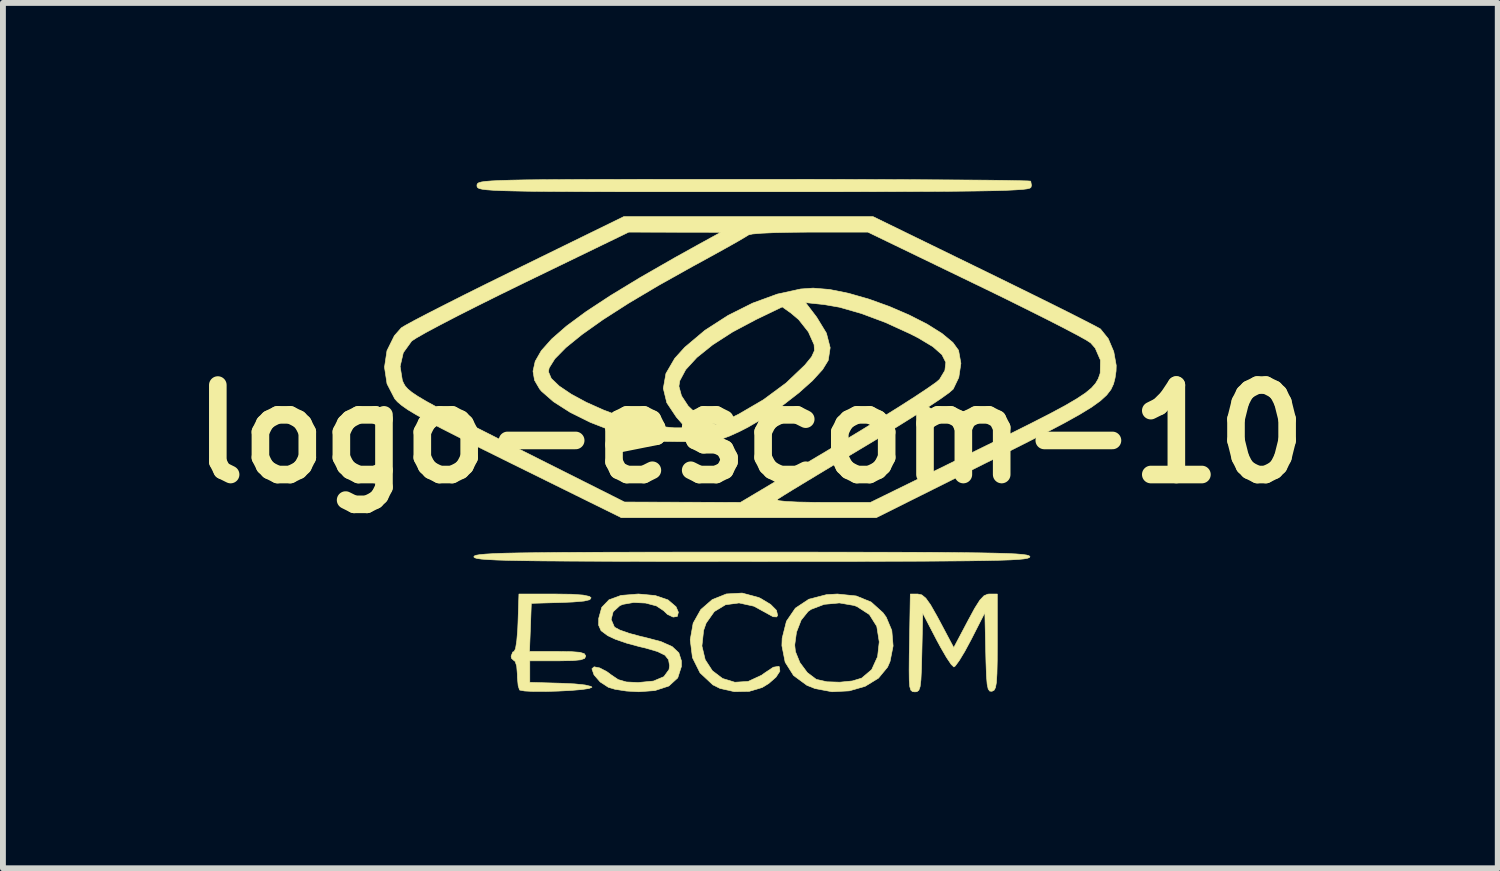
<source format=kicad_pcb>
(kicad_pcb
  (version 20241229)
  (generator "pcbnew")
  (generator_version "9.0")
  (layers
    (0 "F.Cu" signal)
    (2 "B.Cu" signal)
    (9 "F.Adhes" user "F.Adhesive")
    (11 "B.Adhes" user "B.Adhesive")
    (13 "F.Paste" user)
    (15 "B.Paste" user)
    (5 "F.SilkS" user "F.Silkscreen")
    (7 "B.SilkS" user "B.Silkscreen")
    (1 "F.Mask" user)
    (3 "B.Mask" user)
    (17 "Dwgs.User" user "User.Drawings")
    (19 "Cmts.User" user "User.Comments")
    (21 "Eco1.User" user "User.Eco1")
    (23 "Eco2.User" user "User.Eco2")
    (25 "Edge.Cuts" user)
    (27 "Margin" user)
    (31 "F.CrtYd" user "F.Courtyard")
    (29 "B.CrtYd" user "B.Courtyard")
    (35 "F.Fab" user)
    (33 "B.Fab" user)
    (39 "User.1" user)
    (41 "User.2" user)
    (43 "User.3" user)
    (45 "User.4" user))
  (footprint "logo-escom-10"
    (layer "F.Cu")
    (at 9.732 4.344)
    (property "Reference" "logo-escom-10" (at 0 0 0) (layer "F.SilkS") (effects (font (size 1.524 1.524) (thickness 0.3))))
    (attr through_hole)
    (fp_poly (pts (xy 0.144 2.785) (xy 0.177 2.801) (xy 0.345 2.902) (xy 0.445 3.003) (xy 0.465 3.09) (xy 0.448 3.115) (xy 0.388 3.112) (xy 0.328 3.079) (xy 0.062 2.933) (xy -0.193 2.877) (xy -0.423 2.908) (xy -0.614 3.024) (xy -0.753 3.221) (xy -0.796 3.344) (xy -0.825 3.61) (xy -0.769 3.844) (xy -0.647 4.032) (xy -0.473 4.164) (xy -0.264 4.228) (xy -0.037 4.214) (xy 0.192 4.108) (xy 0.24 4.073) (xy 0.391 3.972) (xy 0.482 3.957) (xy 0.495 3.966) (xy 0.503 4.04) (xy 0.437 4.141) (xy 0.314 4.249) (xy 0.201 4.318) (xy -0.018 4.383) (xy -0.273 4.388) (xy -0.515 4.334) (xy -0.638 4.273) (xy -0.857 4.068) (xy -0.986 3.809) (xy -1.024 3.504) (xy -0.974 3.221) (xy -0.844 2.99) (xy -0.65 2.821) (xy -0.41 2.724) (xy -0.139 2.709) (xy 0.144 2.785)) (stroke (width 0.01) (type solid)) (fill yes) (layer "F.SilkS"))
    (fp_poly (pts (xy 1.804 2.758) (xy 2.058 2.862) (xy 2.26 3.044) (xy 2.315 3.12) (xy 2.41 3.346) (xy 2.432 3.61) (xy 2.38 3.873) (xy 2.338 3.97) (xy 2.182 4.159) (xy 1.956 4.297) (xy 1.685 4.375) (xy 1.392 4.39) (xy 1.103 4.336) (xy 0.963 4.28) (xy 0.736 4.113) (xy 0.593 3.886) (xy 0.538 3.607) (xy 0.538 3.594) (xy 0.756 3.594) (xy 0.768 3.706) (xy 0.844 3.893) (xy 0.971 4.064) (xy 1.118 4.175) (xy 1.132 4.181) (xy 1.305 4.22) (xy 1.524 4.227) (xy 1.738 4.206) (xy 1.896 4.158) (xy 2.067 4.013) (xy 2.168 3.791) (xy 2.196 3.541) (xy 2.154 3.276) (xy 2.028 3.075) (xy 1.818 2.939) (xy 1.768 2.92) (xy 1.516 2.877) (xy 1.258 2.901) (xy 1.035 2.986) (xy 0.984 3.022) (xy 0.866 3.169) (xy 0.786 3.375) (xy 0.756 3.594) (xy 0.538 3.594) (xy 0.542 3.479) (xy 0.615 3.189) (xy 0.767 2.966) (xy 0.996 2.814) (xy 1.297 2.736) (xy 1.482 2.725) (xy 1.804 2.758)) (stroke (width 0.01) (type solid)) (fill yes) (layer "F.SilkS"))
    (fp_poly (pts (xy -3.045 2.729) (xy -2.849 2.743) (xy -2.741 2.766) (xy -2.713 2.789) (xy -2.735 2.822) (xy -2.833 2.845) (xy -3.019 2.861) (xy -3.211 2.869) (xy -3.731 2.884) (xy -3.746 3.294) (xy -3.762 3.704) (xy -3.283 3.704) (xy -3.05 3.707) (xy -2.905 3.718) (xy -2.829 3.741) (xy -2.805 3.777) (xy -2.805 3.784) (xy -2.823 3.822) (xy -2.891 3.846) (xy -3.026 3.859) (xy -3.246 3.863) (xy -3.281 3.863) (xy -3.757 3.863) (xy -3.757 4.23) (xy -3.228 4.245) (xy -2.991 4.256) (xy -2.813 4.275) (xy -2.714 4.299) (xy -2.698 4.313) (xy -2.747 4.334) (xy -2.876 4.353) (xy -3.061 4.368) (xy -3.275 4.379) (xy -3.494 4.385) (xy -3.693 4.385) (xy -3.846 4.377) (xy -3.927 4.362) (xy -3.932 4.358) (xy -3.955 4.287) (xy -3.968 4.151) (xy -3.969 4.092) (xy -3.98 3.953) (xy -4.007 3.872) (xy -4.022 3.863) (xy -4.069 3.82) (xy -4.075 3.784) (xy -4.047 3.713) (xy -4.024 3.704) (xy -4 3.655) (xy -3.979 3.524) (xy -3.963 3.333) (xy -3.958 3.215) (xy -3.942 2.725) (xy -3.338 2.725) (xy -3.045 2.729)) (stroke (width 0.01) (type solid)) (fill yes) (layer "F.SilkS"))
    (fp_poly (pts (xy 2.921 2.74) (xy 2.989 2.796) (xy 3.07 2.909) (xy 3.177 3.097) (xy 3.223 3.182) (xy 3.465 3.638) (xy 3.706 3.182) (xy 3.823 2.966) (xy 3.91 2.829) (xy 3.98 2.755) (xy 4.046 2.727) (xy 4.077 2.725) (xy 4.207 2.725) (xy 4.207 3.545) (xy 4.206 3.858) (xy 4.201 4.081) (xy 4.192 4.23) (xy 4.176 4.319) (xy 4.152 4.364) (xy 4.118 4.381) (xy 4.116 4.382) (xy 4.078 4.379) (xy 4.052 4.344) (xy 4.034 4.261) (xy 4.022 4.112) (xy 4.014 3.883) (xy 4.01 3.721) (xy 3.995 3.043) (xy 3.759 3.506) (xy 3.653 3.703) (xy 3.559 3.858) (xy 3.491 3.951) (xy 3.467 3.968) (xy 3.421 3.924) (xy 3.341 3.805) (xy 3.241 3.632) (xy 3.175 3.51) (xy 2.937 3.052) (xy 2.922 3.722) (xy 2.915 3.999) (xy 2.906 4.187) (xy 2.892 4.303) (xy 2.87 4.365) (xy 2.837 4.389) (xy 2.802 4.392) (xy 2.762 4.387) (xy 2.734 4.363) (xy 2.716 4.304) (xy 2.707 4.194) (xy 2.705 4.019) (xy 2.707 3.763) (xy 2.711 3.559) (xy 2.725 2.725) (xy 2.852 2.725) (xy 2.921 2.74)) (stroke (width 0.01) (type solid)) (fill yes) (layer "F.SilkS"))
    (fp_poly (pts (xy 0.85 2.011) (xy 1.573 2.012) (xy 2.203 2.013) (xy 2.747 2.014) (xy 3.209 2.016) (xy 3.597 2.02) (xy 3.916 2.024) (xy 4.173 2.029) (xy 4.374 2.035) (xy 4.526 2.042) (xy 4.634 2.051) (xy 4.706 2.061) (xy 4.746 2.072) (xy 4.762 2.086) (xy 4.763 2.09) (xy 4.753 2.104) (xy 4.721 2.116) (xy 4.66 2.127) (xy 4.564 2.136) (xy 4.427 2.144) (xy 4.242 2.15) (xy 4.003 2.155) (xy 3.703 2.16) (xy 3.338 2.163) (xy 2.899 2.166) (xy 2.382 2.167) (xy 1.78 2.169) (xy 1.086 2.169) (xy 0.294 2.17) (xy 0.026 2.17) (xy -0.797 2.169) (xy -1.52 2.169) (xy -2.151 2.168) (xy -2.694 2.166) (xy -3.156 2.164) (xy -3.544 2.161) (xy -3.863 2.157) (xy -4.12 2.152) (xy -4.322 2.146) (xy -4.473 2.138) (xy -4.582 2.13) (xy -4.653 2.12) (xy -4.693 2.108) (xy -4.709 2.095) (xy -4.71 2.09) (xy -4.7 2.076) (xy -4.668 2.064) (xy -4.607 2.054) (xy -4.511 2.045) (xy -4.374 2.037) (xy -4.189 2.03) (xy -3.95 2.025) (xy -3.65 2.021) (xy -3.285 2.017) (xy -2.846 2.015) (xy -2.329 2.013) (xy -1.727 2.012) (xy -1.033 2.011) (xy -0.241 2.011) (xy 0.026 2.011) (xy 0.85 2.011)) (stroke (width 0.01) (type solid)) (fill yes) (layer "F.SilkS"))
    (fp_poly (pts (xy 0.74 -4.339) (xy 1.406 -4.338) (xy 2.034 -4.336) (xy 2.616 -4.334) (xy 3.145 -4.331) (xy 3.613 -4.328) (xy 4.013 -4.325) (xy 4.336 -4.321) (xy 4.577 -4.316) (xy 4.726 -4.312) (xy 4.776 -4.308) (xy 4.789 -4.237) (xy 4.78 -4.202) (xy 4.762 -4.189) (xy 4.716 -4.177) (xy 4.634 -4.167) (xy 4.512 -4.159) (xy 4.343 -4.151) (xy 4.121 -4.145) (xy 3.839 -4.14) (xy 3.492 -4.136) (xy 3.073 -4.133) (xy 2.577 -4.131) (xy 1.996 -4.129) (xy 1.326 -4.128) (xy 0.56 -4.128) (xy 0.047 -4.128) (xy -0.765 -4.128) (xy -1.478 -4.128) (xy -2.098 -4.128) (xy -2.632 -4.129) (xy -3.086 -4.131) (xy -3.466 -4.133) (xy -3.779 -4.136) (xy -4.032 -4.141) (xy -4.231 -4.146) (xy -4.383 -4.153) (xy -4.493 -4.161) (xy -4.569 -4.171) (xy -4.617 -4.182) (xy -4.643 -4.196) (xy -4.654 -4.212) (xy -4.657 -4.229) (xy -4.657 -4.233) (xy -4.655 -4.252) (xy -4.646 -4.268) (xy -4.624 -4.282) (xy -4.581 -4.294) (xy -4.512 -4.304) (xy -4.409 -4.312) (xy -4.266 -4.319) (xy -4.078 -4.325) (xy -3.836 -4.33) (xy -3.536 -4.333) (xy -3.17 -4.335) (xy -2.732 -4.337) (xy -2.215 -4.338) (xy -1.613 -4.339) (xy -0.92 -4.339) (xy -0.128 -4.339) (xy 0.044 -4.339) (xy 0.74 -4.339)) (stroke (width 0.01) (type solid)) (fill yes) (layer "F.SilkS"))
    (fp_poly (pts (xy -1.62 2.751) (xy -1.403 2.825) (xy -1.266 2.942) (xy -1.226 3.035) (xy -1.244 3.107) (xy -1.315 3.118) (xy -1.412 3.072) (xy -1.477 3.009) (xy -1.599 2.928) (xy -1.783 2.879) (xy -1.987 2.869) (xy -2.17 2.901) (xy -2.223 2.923) (xy -2.337 3.027) (xy -2.371 3.159) (xy -2.317 3.284) (xy -2.31 3.292) (xy -2.223 3.339) (xy -2.064 3.395) (xy -1.862 3.449) (xy -1.811 3.46) (xy -1.524 3.535) (xy -1.331 3.621) (xy -1.218 3.727) (xy -1.174 3.864) (xy -1.174 3.959) (xy -1.237 4.154) (xy -1.388 4.292) (xy -1.626 4.37) (xy -1.9 4.39) (xy -2.111 4.378) (xy -2.305 4.348) (xy -2.417 4.315) (xy -2.558 4.223) (xy -2.663 4.102) (xy -2.699 3.999) (xy -2.661 3.965) (xy -2.566 3.984) (xy -2.445 4.047) (xy -2.372 4.101) (xy -2.251 4.183) (xy -2.113 4.223) (xy -1.915 4.233) (xy -1.913 4.233) (xy -1.651 4.208) (xy -1.473 4.133) (xy -1.385 4.012) (xy -1.376 3.946) (xy -1.393 3.844) (xy -1.455 3.767) (xy -1.581 3.705) (xy -1.787 3.645) (xy -1.889 3.621) (xy -2.104 3.563) (xy -2.301 3.495) (xy -2.43 3.434) (xy -2.543 3.35) (xy -2.585 3.255) (xy -2.583 3.139) (xy -2.531 2.952) (xy -2.407 2.823) (xy -2.204 2.749) (xy -1.913 2.725) (xy -1.905 2.725) (xy -1.62 2.751)) (stroke (width 0.01) (type solid)) (fill yes) (layer "F.SilkS"))
    (fp_poly (pts (xy 2.09 -3.704) (xy 3.991 -2.777) (xy 4.41 -2.572) (xy 4.8 -2.38) (xy 5.152 -2.206) (xy 5.454 -2.055) (xy 5.696 -1.932) (xy 5.867 -1.844) (xy 5.957 -1.795) (xy 5.966 -1.788) (xy 6.097 -1.625) (xy 6.191 -1.403) (xy 6.233 -1.168) (xy 6.23 -1.072) (xy 6.213 -0.955) (xy 6.187 -0.853) (xy 6.142 -0.757) (xy 6.07 -0.664) (xy 5.963 -0.566) (xy 5.813 -0.458) (xy 5.61 -0.334) (xy 5.348 -0.188) (xy 5.017 -0.014) (xy 4.609 0.193) (xy 4.116 0.441) (xy 4.022 0.487) (xy 2.143 1.425) (xy -2.196 1.425) (xy -4.052 0.509) (xy -4.535 0.27) (xy -4.931 0.072) (xy -5.25 -0.09) (xy -5.501 -0.223) (xy -5.694 -0.33) (xy -5.837 -0.416) (xy -5.939 -0.488) (xy -6.011 -0.549) (xy -6.058 -0.602) (xy -6.189 -0.856) (xy -6.232 -1.138) (xy -6.23 -1.152) (xy -5.966 -1.152) (xy -5.928 -0.914) (xy -5.908 -0.868) (xy -5.88 -0.819) (xy -5.835 -0.768) (xy -5.766 -0.711) (xy -5.663 -0.642) (xy -5.516 -0.555) (xy -5.318 -0.447) (xy -5.058 -0.31) (xy -4.728 -0.141) (xy -4.318 0.066) (xy -3.983 0.234) (xy -2.143 1.158) (xy -1.156 1.161) (xy -0.168 1.164) (xy 1.472 0.187) (xy 1.854 -0.043) (xy 2.211 -0.262) (xy 2.532 -0.462) (xy 2.804 -0.636) (xy 3.018 -0.778) (xy 3.162 -0.879) (xy 3.223 -0.931) (xy 3.314 -1.083) (xy 3.33 -1.221) (xy 3.264 -1.352) (xy 3.11 -1.488) (xy 2.862 -1.637) (xy 2.725 -1.707) (xy 2.303 -1.9) (xy 1.893 -2.053) (xy 1.521 -2.16) (xy 1.257 -2.206) (xy 0.941 -2.239) (xy 1.13 -1.991) (xy 1.296 -1.719) (xy 1.36 -1.471) (xy 1.327 -1.255) (xy 1.231 -1.099) (xy 1.059 -0.91) (xy 0.827 -0.703) (xy 0.555 -0.492) (xy 0.259 -0.291) (xy -0.042 -0.116) (xy -0.191 -0.04) (xy -0.352 0.033) (xy -0.483 0.082) (xy -0.614 0.111) (xy -0.774 0.125) (xy -0.991 0.129) (xy -1.191 0.129) (xy -1.479 0.125) (xy -1.698 0.112) (xy -1.884 0.084) (xy -2.074 0.036) (xy -2.304 -0.037) (xy -2.346 -0.051) (xy -2.728 -0.2) (xy -3.07 -0.37) (xy -3.353 -0.551) (xy -3.557 -0.729) (xy -3.589 -0.767) (xy -3.676 -0.916) (xy -3.701 -1.063) (xy -3.44 -1.063) (xy -3.391 -0.947) (xy -3.255 -0.817) (xy -3.05 -0.679) (xy -2.793 -0.54) (xy -2.5 -0.409) (xy -2.188 -0.292) (xy -1.874 -0.198) (xy -1.575 -0.134) (xy -1.308 -0.107) (xy -1.278 -0.106) (xy -1.1 -0.106) (xy -1.259 -0.287) (xy -1.423 -0.533) (xy -1.483 -0.78) (xy -1.476 -0.814) (xy -1.217 -0.814) (xy -1.173 -0.652) (xy -1.059 -0.478) (xy -0.9 -0.327) (xy -0.809 -0.269) (xy -0.68 -0.204) (xy -0.595 -0.165) (xy -0.582 -0.161) (xy -0.526 -0.182) (xy -0.4 -0.24) (xy -0.23 -0.323) (xy -0.194 -0.341) (xy 0.222 -0.584) (xy 0.609 -0.87) (xy 0.928 -1.174) (xy 0.929 -1.175) (xy 1.044 -1.316) (xy 1.092 -1.422) (xy 1.086 -1.523) (xy 0.989 -1.74) (xy 0.824 -1.949) (xy 0.693 -2.06) (xy 0.544 -2.166) (xy 0.101 -1.953) (xy -0.302 -1.739) (xy -0.642 -1.52) (xy -0.911 -1.304) (xy -1.101 -1.097) (xy -1.202 -0.908) (xy -1.217 -0.814) (xy -1.476 -0.814) (xy -1.438 -1.031) (xy -1.288 -1.289) (xy -1.117 -1.478) (xy -0.775 -1.766) (xy -0.381 -2.02) (xy 0.038 -2.23) (xy 0.459 -2.384) (xy 0.856 -2.471) (xy 1.069 -2.486) (xy 1.35 -2.463) (xy 1.673 -2.398) (xy 2.019 -2.299) (xy 2.369 -2.173) (xy 2.705 -2.028) (xy 3.01 -1.873) (xy 3.264 -1.714) (xy 3.45 -1.56) (xy 3.547 -1.426) (xy 3.587 -1.205) (xy 3.551 -0.964) (xy 3.456 -0.766) (xy 3.388 -0.706) (xy 3.24 -0.6) (xy 3.025 -0.457) (xy 2.754 -0.283) (xy 2.44 -0.087) (xy 2.093 0.124) (xy 1.931 0.221) (xy 1.578 0.432) (xy 1.254 0.627) (xy 0.969 0.799) (xy 0.736 0.94) (xy 0.566 1.045) (xy 0.469 1.107) (xy 0.452 1.118) (xy 0.484 1.135) (xy 0.607 1.148) (xy 0.805 1.158) (xy 1.065 1.163) (xy 1.225 1.164) (xy 2.047 1.164) (xy 3.874 0.268) (xy 4.367 0.026) (xy 4.773 -0.177) (xy 5.102 -0.345) (xy 5.361 -0.484) (xy 5.559 -0.6) (xy 5.707 -0.698) (xy 5.811 -0.784) (xy 5.881 -0.863) (xy 5.926 -0.94) (xy 5.955 -1.022) (xy 5.96 -1.04) (xy 5.964 -1.259) (xy 5.875 -1.464) (xy 5.798 -1.552) (xy 5.723 -1.601) (xy 5.564 -1.689) (xy 5.332 -1.811) (xy 5.038 -1.961) (xy 4.694 -2.133) (xy 4.311 -2.323) (xy 3.9 -2.523) (xy 3.837 -2.553) (xy 2.002 -3.44) (xy 1.012 -3.44) (xy 0.697 -3.437) (xy 0.418 -3.431) (xy 0.192 -3.421) (xy 0.037 -3.408) (xy -0.029 -3.393) (xy -0.09 -3.355) (xy -0.228 -3.274) (xy -0.429 -3.161) (xy -0.677 -3.024) (xy -0.958 -2.87) (xy -0.979 -2.859) (xy -1.56 -2.534) (xy -2.072 -2.23) (xy -2.509 -1.95) (xy -2.867 -1.696) (xy -3.142 -1.473) (xy -3.33 -1.282) (xy -3.427 -1.127) (xy -3.44 -1.063) (xy -3.701 -1.063) (xy -3.702 -1.072) (xy -3.665 -1.239) (xy -3.561 -1.42) (xy -3.384 -1.619) (xy -3.132 -1.839) (xy -2.8 -2.084) (xy -2.385 -2.357) (xy -1.883 -2.662) (xy -1.289 -3.003) (xy -0.9 -3.219) (xy -0.503 -3.437) (xy -1.287 -3.438) (xy -2.071 -3.44) (xy -3.846 -2.58) (xy -4.255 -2.38) (xy -4.639 -2.189) (xy -4.986 -2.014) (xy -5.284 -1.859) (xy -5.522 -1.732) (xy -5.687 -1.638) (xy -5.77 -1.584) (xy -5.77 -1.583) (xy -5.912 -1.386) (xy -5.966 -1.152) (xy -6.23 -1.152) (xy -6.19 -1.42) (xy -6.064 -1.675) (xy -5.946 -1.809) (xy -5.877 -1.851) (xy -5.725 -1.934) (xy -5.499 -2.052) (xy -5.211 -2.199) (xy -4.871 -2.371) (xy -4.491 -2.56) (xy -4.082 -2.761) (xy -4.001 -2.801) (xy -2.156 -3.704) (xy 2.09 -3.704)) (stroke (width 0.01) (type solid)) (fill yes) (layer "F.SilkS")))
  (gr_rect
    (start -3 -3)
    (end 22.464 11.741)
    (stroke (width 0.1) (type default))
    (fill no)
    (layer "Edge.Cuts")))
</source>
